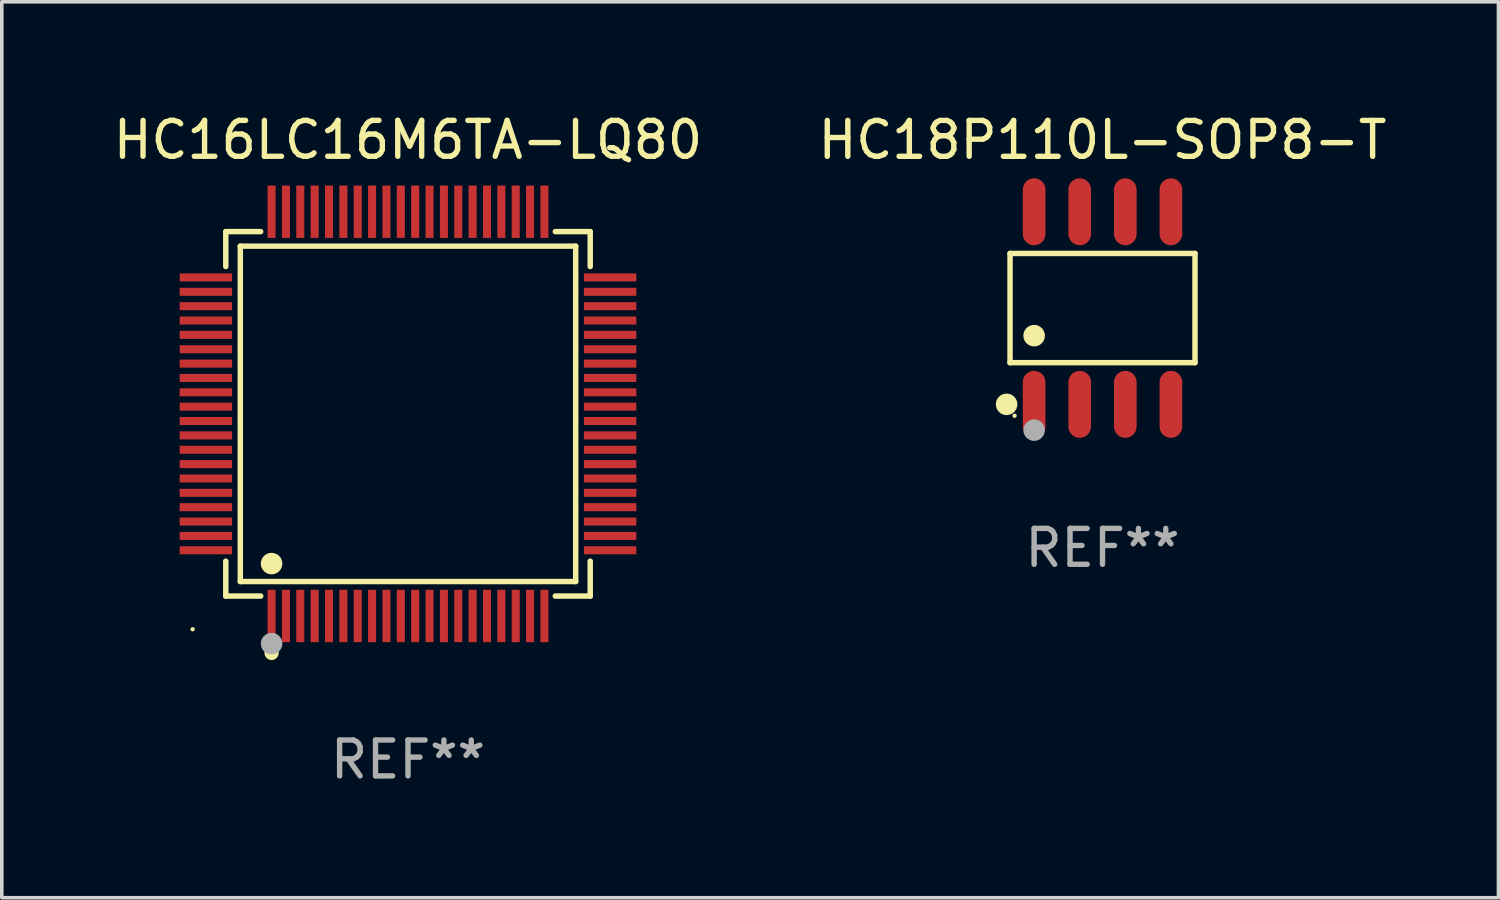
<source format=kicad_pcb>
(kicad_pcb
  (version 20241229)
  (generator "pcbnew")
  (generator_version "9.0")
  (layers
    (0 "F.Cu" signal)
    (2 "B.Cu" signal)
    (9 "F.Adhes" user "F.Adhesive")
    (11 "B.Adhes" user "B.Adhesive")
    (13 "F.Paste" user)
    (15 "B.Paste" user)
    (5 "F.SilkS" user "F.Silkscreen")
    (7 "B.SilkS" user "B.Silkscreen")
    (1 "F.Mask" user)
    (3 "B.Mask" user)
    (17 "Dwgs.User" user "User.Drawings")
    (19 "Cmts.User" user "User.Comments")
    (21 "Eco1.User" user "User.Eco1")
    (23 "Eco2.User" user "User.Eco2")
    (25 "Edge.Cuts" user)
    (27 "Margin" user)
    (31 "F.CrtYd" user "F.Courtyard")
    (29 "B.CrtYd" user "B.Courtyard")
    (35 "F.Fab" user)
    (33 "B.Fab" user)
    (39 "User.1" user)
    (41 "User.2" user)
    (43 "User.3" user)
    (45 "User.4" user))
  (footprint "HC16LC16M6TA-LQ80"
    (layer "F.Cu")
    (at 8.315 8.478)
    (property "Reference" "HC16LC16M6TA-LQ80" (at 0 -7.63 0) (layer "F.SilkS") (effects (font (size 1 1) (thickness 0.15))))
    (attr through_hole)
    (fp_line (start -5.076 -5.076) (end -4.103 -5.076) (stroke (width 0.152) (type solid)) (layer "F.SilkS"))
    (fp_line (start -5.076 -4.103) (end -5.076 -5.076) (stroke (width 0.152) (type solid)) (layer "F.SilkS"))
    (fp_line (start -5.076 4.103) (end -5.076 5.076) (stroke (width 0.152) (type solid)) (layer "F.SilkS"))
    (fp_line (start -5.076 5.076) (end -4.103 5.076) (stroke (width 0.152) (type solid)) (layer "F.SilkS"))
    (fp_line (start -4.671 -4.671) (end 4.671 -4.671) (stroke (width 0.152) (type solid)) (layer "F.SilkS"))
    (fp_line (start -4.671 4.671) (end -4.671 -4.671) (stroke (width 0.152) (type solid)) (layer "F.SilkS"))
    (fp_line (start 4.671 -4.671) (end 4.671 4.671) (stroke (width 0.152) (type solid)) (layer "F.SilkS"))
    (fp_line (start 4.671 4.671) (end -4.671 4.671) (stroke (width 0.152) (type solid)) (layer "F.SilkS"))
    (fp_line (start 5.076 -5.076) (end 4.103 -5.076) (stroke (width 0.152) (type solid)) (layer "F.SilkS"))
    (fp_line (start 5.076 -4.103) (end 5.076 -5.076) (stroke (width 0.152) (type solid)) (layer "F.SilkS"))
    (fp_line (start 5.076 4.103) (end 5.076 5.076) (stroke (width 0.152) (type solid)) (layer "F.SilkS"))
    (fp_line (start 5.076 5.076) (end 4.103 5.076) (stroke (width 0.152) (type solid)) (layer "F.SilkS"))
    (fp_circle (center -6 6) (end -5.97 6) (stroke (width 0.06) (type solid)) (fill no) (layer "F.SilkS"))
    (fp_circle (center -3.8 4.171) (end -3.65 4.171) (stroke (width 0.3) (type solid)) (fill no) (layer "F.SilkS"))
    (fp_circle (center -3.8 6.66) (end -3.7 6.66) (stroke (width 0.2) (type solid)) (fill no) (layer "F.SilkS"))
    (fp_circle (center -3.8 6.4) (end -3.65 6.4) (stroke (width 0.3) (type solid)) (fill no) (layer "F.Fab"))
    (fp_text user "REF**" (at 0 9.63 0) (layer "F.Fab") (effects (font (size 1 1) (thickness 0.15))))
    (pad "1" smd rect (at -3.8 5.63) (size 0.224 1.46) (layers "F.Cu" "F.Mask" "F.Paste"))
    (pad "2" smd rect (at -3.4 5.63) (size 0.224 1.46) (layers "F.Cu" "F.Mask" "F.Paste"))
    (pad "3" smd rect (at -3 5.63) (size 0.224 1.46) (layers "F.Cu" "F.Mask" "F.Paste"))
    (pad "4" smd rect (at -2.6 5.63) (size 0.224 1.46) (layers "F.Cu" "F.Mask" "F.Paste"))
    (pad "5" smd rect (at -2.2 5.63) (size 0.224 1.46) (layers "F.Cu" "F.Mask" "F.Paste"))
    (pad "6" smd rect (at -1.8 5.63) (size 0.224 1.46) (layers "F.Cu" "F.Mask" "F.Paste"))
    (pad "7" smd rect (at -1.4 5.63) (size 0.224 1.46) (layers "F.Cu" "F.Mask" "F.Paste"))
    (pad "8" smd rect (at -1 5.63) (size 0.224 1.46) (layers "F.Cu" "F.Mask" "F.Paste"))
    (pad "9" smd rect (at -0.6 5.63) (size 0.224 1.46) (layers "F.Cu" "F.Mask" "F.Paste"))
    (pad "10" smd rect (at -0.2 5.63) (size 0.224 1.46) (layers "F.Cu" "F.Mask" "F.Paste"))
    (pad "11" smd rect (at 0.2 5.63) (size 0.224 1.46) (layers "F.Cu" "F.Mask" "F.Paste"))
    (pad "12" smd rect (at 0.6 5.63) (size 0.224 1.46) (layers "F.Cu" "F.Mask" "F.Paste"))
    (pad "13" smd rect (at 1 5.63) (size 0.224 1.46) (layers "F.Cu" "F.Mask" "F.Paste"))
    (pad "14" smd rect (at 1.4 5.63) (size 0.224 1.46) (layers "F.Cu" "F.Mask" "F.Paste"))
    (pad "15" smd rect (at 1.8 5.63) (size 0.224 1.46) (layers "F.Cu" "F.Mask" "F.Paste"))
    (pad "16" smd rect (at 2.2 5.63) (size 0.224 1.46) (layers "F.Cu" "F.Mask" "F.Paste"))
    (pad "17" smd rect (at 2.6 5.63) (size 0.224 1.46) (layers "F.Cu" "F.Mask" "F.Paste"))
    (pad "18" smd rect (at 3 5.63) (size 0.224 1.46) (layers "F.Cu" "F.Mask" "F.Paste"))
    (pad "19" smd rect (at 3.4 5.63) (size 0.224 1.46) (layers "F.Cu" "F.Mask" "F.Paste"))
    (pad "20" smd rect (at 3.8 5.63) (size 0.224 1.46) (layers "F.Cu" "F.Mask" "F.Paste"))
    (pad "21" smd rect (at 5.63 3.8) (size 1.46 0.224) (layers "F.Cu" "F.Mask" "F.Paste"))
    (pad "22" smd rect (at 5.63 3.4) (size 1.46 0.224) (layers "F.Cu" "F.Mask" "F.Paste"))
    (pad "23" smd rect (at 5.63 3) (size 1.46 0.224) (layers "F.Cu" "F.Mask" "F.Paste"))
    (pad "24" smd rect (at 5.63 2.6) (size 1.46 0.224) (layers "F.Cu" "F.Mask" "F.Paste"))
    (pad "25" smd rect (at 5.63 2.2) (size 1.46 0.224) (layers "F.Cu" "F.Mask" "F.Paste"))
    (pad "26" smd rect (at 5.63 1.8) (size 1.46 0.224) (layers "F.Cu" "F.Mask" "F.Paste"))
    (pad "27" smd rect (at 5.63 1.4) (size 1.46 0.224) (layers "F.Cu" "F.Mask" "F.Paste"))
    (pad "28" smd rect (at 5.63 1) (size 1.46 0.224) (layers "F.Cu" "F.Mask" "F.Paste"))
    (pad "29" smd rect (at 5.63 0.6) (size 1.46 0.224) (layers "F.Cu" "F.Mask" "F.Paste"))
    (pad "30" smd rect (at 5.63 0.2) (size 1.46 0.224) (layers "F.Cu" "F.Mask" "F.Paste"))
    (pad "31" smd rect (at 5.63 -0.2) (size 1.46 0.224) (layers "F.Cu" "F.Mask" "F.Paste"))
    (pad "32" smd rect (at 5.63 -0.6) (size 1.46 0.224) (layers "F.Cu" "F.Mask" "F.Paste"))
    (pad "33" smd rect (at 5.63 -1) (size 1.46 0.224) (layers "F.Cu" "F.Mask" "F.Paste"))
    (pad "34" smd rect (at 5.63 -1.4) (size 1.46 0.224) (layers "F.Cu" "F.Mask" "F.Paste"))
    (pad "35" smd rect (at 5.63 -1.8) (size 1.46 0.224) (layers "F.Cu" "F.Mask" "F.Paste"))
    (pad "36" smd rect (at 5.63 -2.2) (size 1.46 0.224) (layers "F.Cu" "F.Mask" "F.Paste"))
    (pad "37" smd rect (at 5.63 -2.6) (size 1.46 0.224) (layers "F.Cu" "F.Mask" "F.Paste"))
    (pad "38" smd rect (at 5.63 -3) (size 1.46 0.224) (layers "F.Cu" "F.Mask" "F.Paste"))
    (pad "39" smd rect (at 5.63 -3.4) (size 1.46 0.224) (layers "F.Cu" "F.Mask" "F.Paste"))
    (pad "40" smd rect (at 5.63 -3.8) (size 1.46 0.224) (layers "F.Cu" "F.Mask" "F.Paste"))
    (pad "41" smd rect (at 3.8 -5.63) (size 0.224 1.46) (layers "F.Cu" "F.Mask" "F.Paste"))
    (pad "42" smd rect (at 3.4 -5.63) (size 0.224 1.46) (layers "F.Cu" "F.Mask" "F.Paste"))
    (pad "43" smd rect (at 3 -5.63) (size 0.224 1.46) (layers "F.Cu" "F.Mask" "F.Paste"))
    (pad "44" smd rect (at 2.6 -5.63) (size 0.224 1.46) (layers "F.Cu" "F.Mask" "F.Paste"))
    (pad "45" smd rect (at 2.2 -5.63) (size 0.224 1.46) (layers "F.Cu" "F.Mask" "F.Paste"))
    (pad "46" smd rect (at 1.8 -5.63) (size 0.224 1.46) (layers "F.Cu" "F.Mask" "F.Paste"))
    (pad "47" smd rect (at 1.4 -5.63) (size 0.224 1.46) (layers "F.Cu" "F.Mask" "F.Paste"))
    (pad "48" smd rect (at 1 -5.63) (size 0.224 1.46) (layers "F.Cu" "F.Mask" "F.Paste"))
    (pad "49" smd rect (at 0.6 -5.63) (size 0.224 1.46) (layers "F.Cu" "F.Mask" "F.Paste"))
    (pad "50" smd rect (at 0.2 -5.63) (size 0.224 1.46) (layers "F.Cu" "F.Mask" "F.Paste"))
    (pad "51" smd rect (at -0.2 -5.63) (size 0.224 1.46) (layers "F.Cu" "F.Mask" "F.Paste"))
    (pad "52" smd rect (at -0.6 -5.63) (size 0.224 1.46) (layers "F.Cu" "F.Mask" "F.Paste"))
    (pad "53" smd rect (at -1 -5.63) (size 0.224 1.46) (layers "F.Cu" "F.Mask" "F.Paste"))
    (pad "54" smd rect (at -1.4 -5.63) (size 0.224 1.46) (layers "F.Cu" "F.Mask" "F.Paste"))
    (pad "55" smd rect (at -1.8 -5.63) (size 0.224 1.46) (layers "F.Cu" "F.Mask" "F.Paste"))
    (pad "56" smd rect (at -2.2 -5.63) (size 0.224 1.46) (layers "F.Cu" "F.Mask" "F.Paste"))
    (pad "57" smd rect (at -2.6 -5.63) (size 0.224 1.46) (layers "F.Cu" "F.Mask" "F.Paste"))
    (pad "58" smd rect (at -3 -5.63) (size 0.224 1.46) (layers "F.Cu" "F.Mask" "F.Paste"))
    (pad "59" smd rect (at -3.4 -5.63) (size 0.224 1.46) (layers "F.Cu" "F.Mask" "F.Paste"))
    (pad "60" smd rect (at -3.8 -5.63) (size 0.224 1.46) (layers "F.Cu" "F.Mask" "F.Paste"))
    (pad "61" smd rect (at -5.63 -3.8) (size 1.46 0.224) (layers "F.Cu" "F.Mask" "F.Paste"))
    (pad "62" smd rect (at -5.63 -3.4) (size 1.46 0.224) (layers "F.Cu" "F.Mask" "F.Paste"))
    (pad "63" smd rect (at -5.63 -3) (size 1.46 0.224) (layers "F.Cu" "F.Mask" "F.Paste"))
    (pad "64" smd rect (at -5.63 -2.6) (size 1.46 0.224) (layers "F.Cu" "F.Mask" "F.Paste"))
    (pad "65" smd rect (at -5.63 -2.2) (size 1.46 0.224) (layers "F.Cu" "F.Mask" "F.Paste"))
    (pad "66" smd rect (at -5.63 -1.8) (size 1.46 0.224) (layers "F.Cu" "F.Mask" "F.Paste"))
    (pad "67" smd rect (at -5.63 -1.4) (size 1.46 0.224) (layers "F.Cu" "F.Mask" "F.Paste"))
    (pad "68" smd rect (at -5.63 -1) (size 1.46 0.224) (layers "F.Cu" "F.Mask" "F.Paste"))
    (pad "69" smd rect (at -5.63 -0.6) (size 1.46 0.224) (layers "F.Cu" "F.Mask" "F.Paste"))
    (pad "70" smd rect (at -5.63 -0.2) (size 1.46 0.224) (layers "F.Cu" "F.Mask" "F.Paste"))
    (pad "71" smd rect (at -5.63 0.2) (size 1.46 0.224) (layers "F.Cu" "F.Mask" "F.Paste"))
    (pad "72" smd rect (at -5.63 0.6) (size 1.46 0.224) (layers "F.Cu" "F.Mask" "F.Paste"))
    (pad "73" smd rect (at -5.63 1) (size 1.46 0.224) (layers "F.Cu" "F.Mask" "F.Paste"))
    (pad "74" smd rect (at -5.63 1.4) (size 1.46 0.224) (layers "F.Cu" "F.Mask" "F.Paste"))
    (pad "75" smd rect (at -5.63 1.8) (size 1.46 0.224) (layers "F.Cu" "F.Mask" "F.Paste"))
    (pad "76" smd rect (at -5.63 2.2) (size 1.46 0.224) (layers "F.Cu" "F.Mask" "F.Paste"))
    (pad "77" smd rect (at -5.63 2.6) (size 1.46 0.224) (layers "F.Cu" "F.Mask" "F.Paste"))
    (pad "78" smd rect (at -5.63 3) (size 1.46 0.224) (layers "F.Cu" "F.Mask" "F.Paste"))
    (pad "79" smd rect (at -5.63 3.4) (size 1.46 0.224) (layers "F.Cu" "F.Mask" "F.Paste"))
    (pad "80" smd rect (at -5.63 3.8) (size 1.46 0.224) (layers "F.Cu" "F.Mask" "F.Paste")))
  (footprint "HC18P110L-SOP8-T"
    (layer "F.Cu")
    (at 27.661 5.531)
    (property "Reference" "HC18P110L-SOP8-T" (at 0 -4.682 0) (layer "F.SilkS") (effects (font (size 1 1) (thickness 0.15))))
    (attr through_hole)
    (fp_line (start -2.576 -1.521) (end 2.576 -1.521) (stroke (width 0.152) (type solid)) (layer "F.SilkS"))
    (fp_line (start -2.576 1.521) (end -2.576 -1.521) (stroke (width 0.152) (type solid)) (layer "F.SilkS"))
    (fp_line (start 2.576 -1.521) (end 2.576 1.521) (stroke (width 0.152) (type solid)) (layer "F.SilkS"))
    (fp_line (start 2.576 1.521) (end -2.576 1.521) (stroke (width 0.152) (type solid)) (layer "F.SilkS"))
    (fp_circle (center -2.672 2.682) (end -2.522 2.682) (stroke (width 0.3) (type solid)) (fill no) (layer "F.SilkS"))
    (fp_circle (center -2.45 3) (end -2.42 3) (stroke (width 0.06) (type solid)) (fill no) (layer "F.SilkS"))
    (fp_circle (center -1.905 0.769) (end -1.755 0.769) (stroke (width 0.3) (type solid)) (fill no) (layer "F.SilkS"))
    (fp_circle (center -1.905 3.4) (end -1.755 3.4) (stroke (width 0.3) (type solid)) (fill no) (layer "F.Fab"))
    (fp_text user "REF**" (at 0 6.682 0) (layer "F.Fab") (effects (font (size 1 1) (thickness 0.15))))
    (pad "1" smd oval (at -1.905 2.682) (size 0.63 1.865) (layers "F.Cu" "F.Mask" "F.Paste"))
    (pad "2" smd oval (at -0.635 2.682) (size 0.63 1.865) (layers "F.Cu" "F.Mask" "F.Paste"))
    (pad "3" smd oval (at 0.635 2.682) (size 0.63 1.865) (layers "F.Cu" "F.Mask" "F.Paste"))
    (pad "4" smd oval (at 1.905 2.682) (size 0.63 1.865) (layers "F.Cu" "F.Mask" "F.Paste"))
    (pad "5" smd oval (at 1.905 -2.682) (size 0.63 1.865) (layers "F.Cu" "F.Mask" "F.Paste"))
    (pad "6" smd oval (at 0.635 -2.682) (size 0.63 1.865) (layers "F.Cu" "F.Mask" "F.Paste"))
    (pad "7" smd oval (at -0.635 -2.682) (size 0.63 1.865) (layers "F.Cu" "F.Mask" "F.Paste"))
    (pad "8" smd oval (at -1.905 -2.682) (size 0.63 1.865) (layers "F.Cu" "F.Mask" "F.Paste")))
  (gr_rect
    (start -3 -3)
    (end 38.69 21.956)
    (stroke (width 0.1) (type default))
    (fill no)
    (layer "Edge.Cuts")))
</source>
